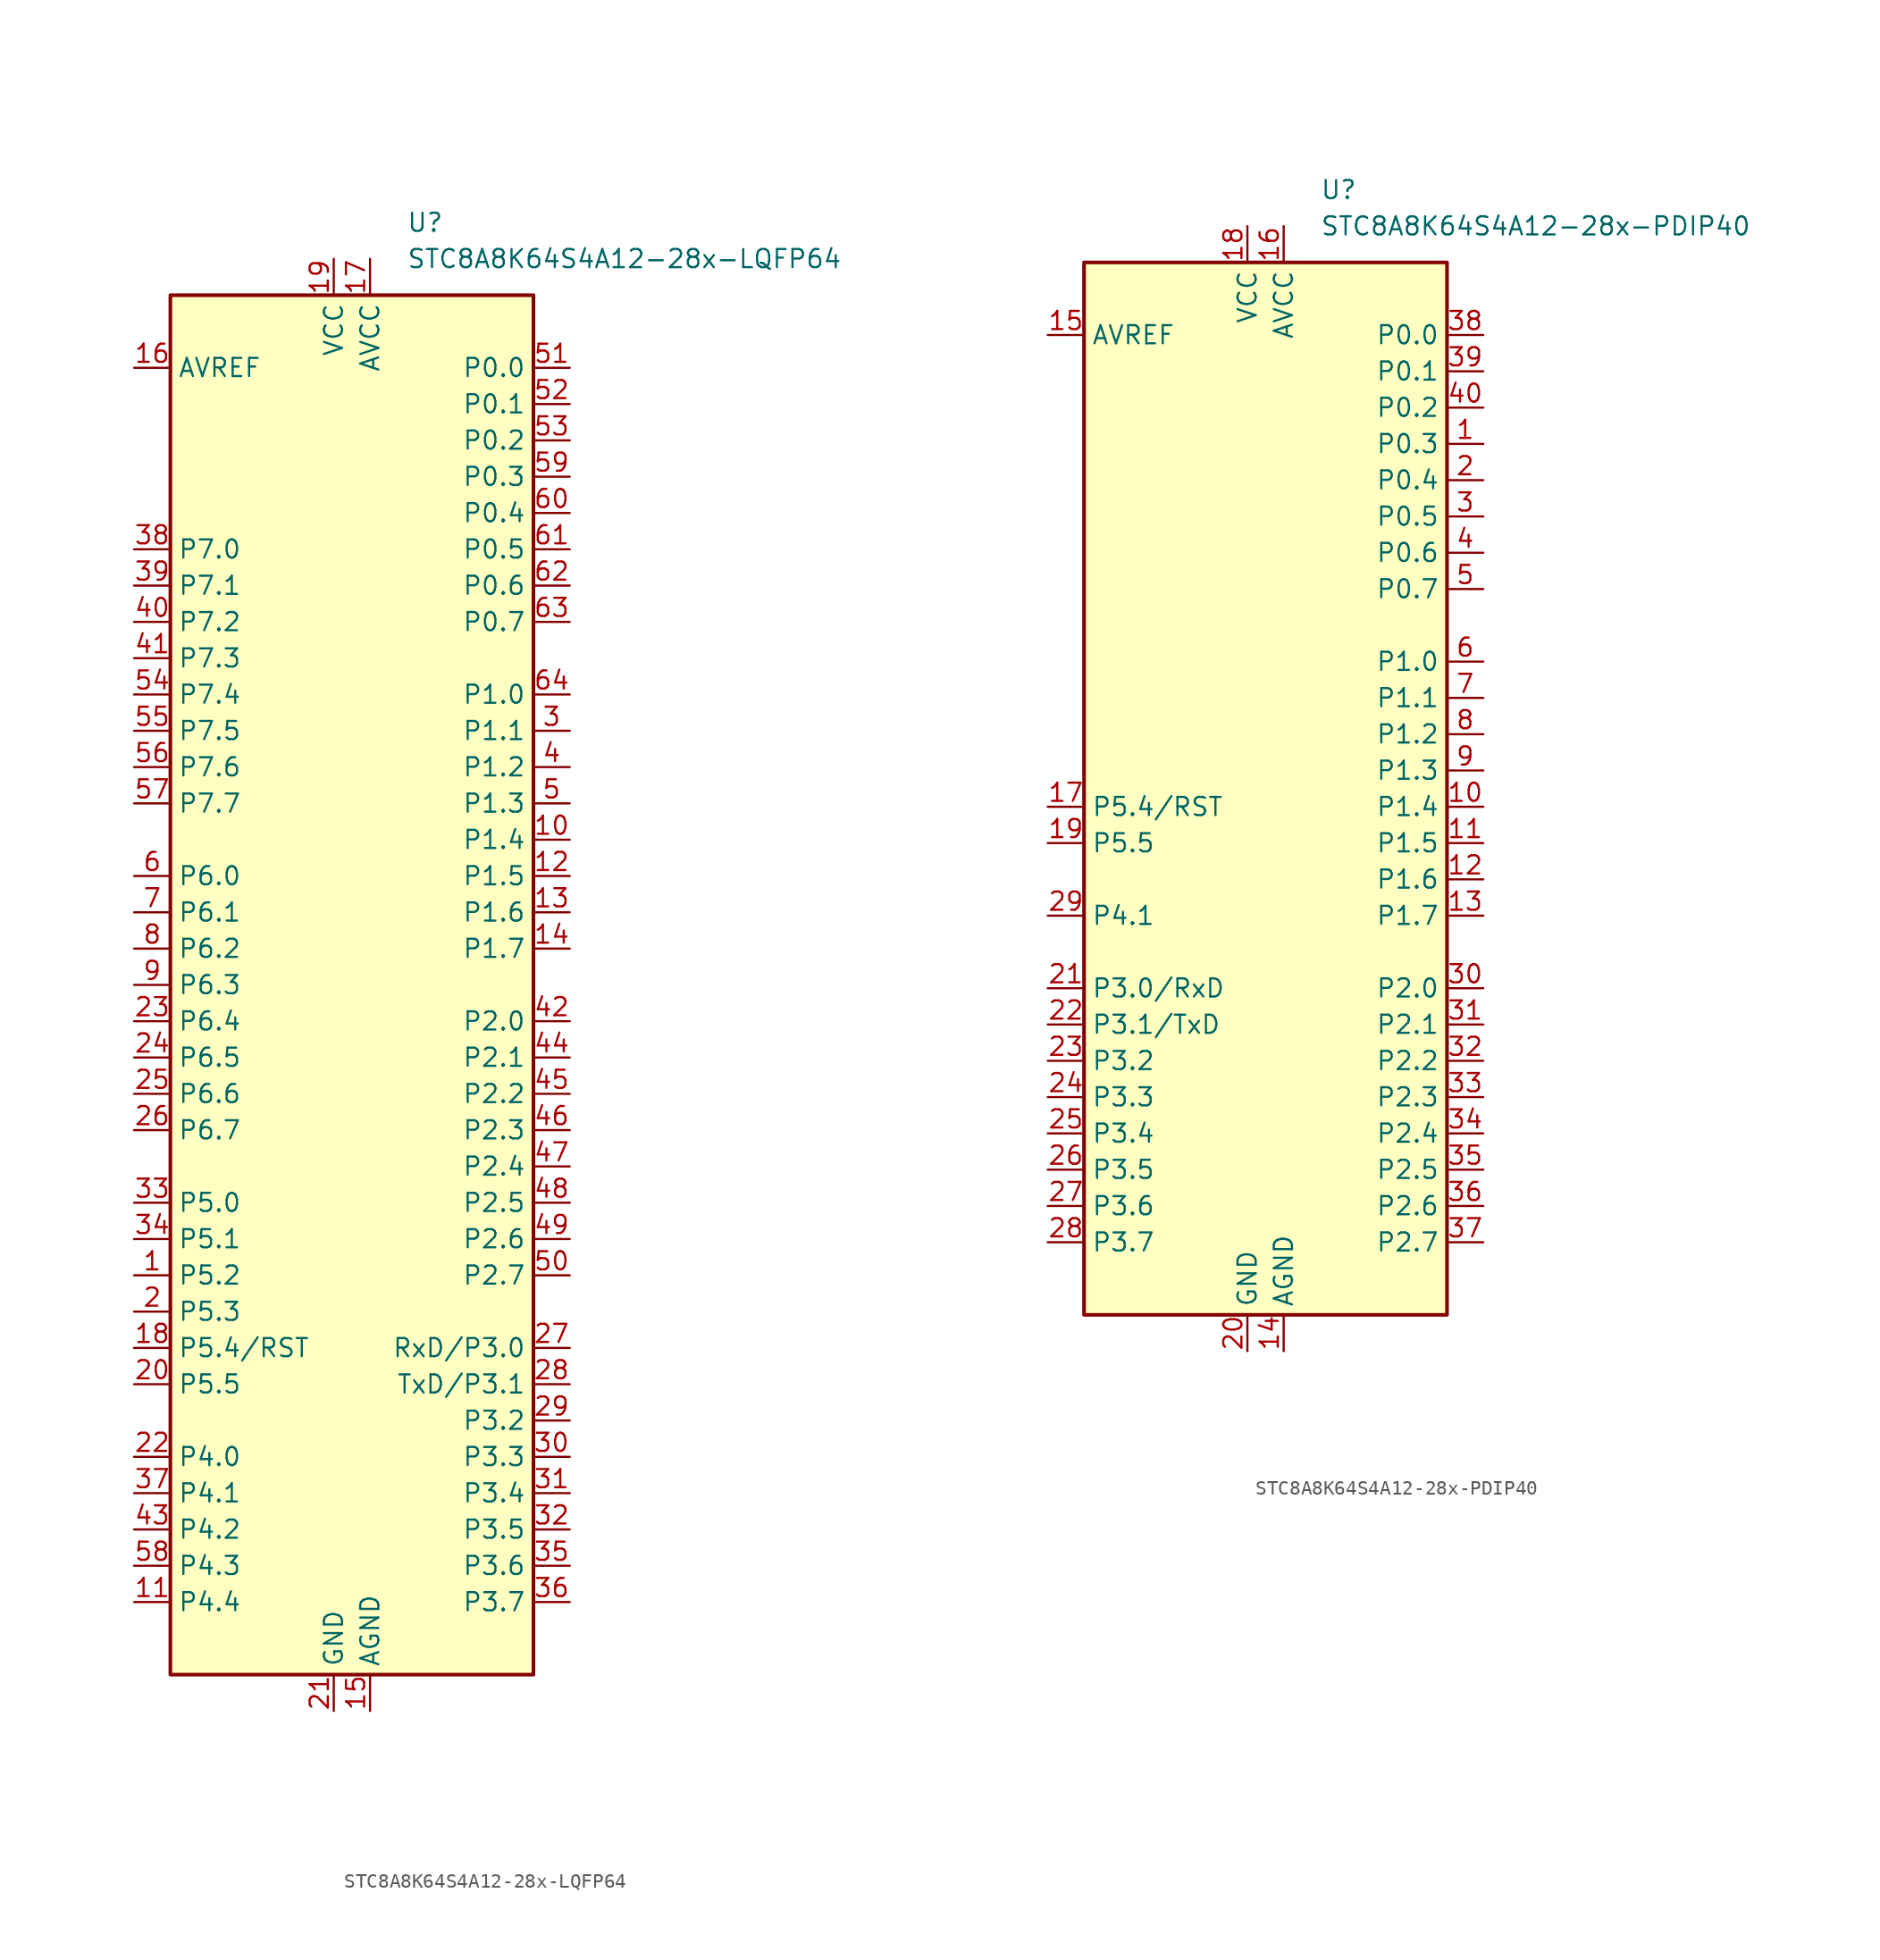
<source format=kicad_sym>
(kicad_symbol_lib
  (version 20211014)
  (generator kicad_symbol_editor)
  (symbol "STC8A8K64S4A12-28x-LQFP64"
    (property "Reference" "U"
      (at 3.81 53.34 0)
      (effects (font (size 1.27 1.27)) (justify left)))
    (property "Value" "STC8A8K64S4A12-28x-LQFP64"
      (at 3.81 50.8 0)
      (effects (font (size 1.27 1.27)) (justify left)))
    (symbol "STC8A8K64S4A12-28x-LQFP64_0_1"
      (rectangle (start -12.7 48.26) (end 12.7 -48.26) (stroke (width 0.254) (type default) (color 0 0 0 0)) (fill (type background))))
    (symbol "STC8A8K64S4A12-28x-LQFP64_1_1"
      (pin bidirectional line (at -15.24 -20.32 0) (length 2.54) (name "P5.2" (effects (font (size 1.27 1.27)))) (number "1" (effects (font (size 1.27 1.27)))))
      (pin bidirectional line (at 15.24 10.16 180) (length 2.54) (name "P1.4" (effects (font (size 1.27 1.27)))) (number "10" (effects (font (size 1.27 1.27)))))
      (pin bidirectional line (at -15.24 -43.18 0) (length 2.54) (name "P4.4" (effects (font (size 1.27 1.27)))) (number "11" (effects (font (size 1.27 1.27)))))
      (pin bidirectional line (at 15.24 7.62 180) (length 2.54) (name "P1.5" (effects (font (size 1.27 1.27)))) (number "12" (effects (font (size 1.27 1.27)))))
      (pin bidirectional line (at 15.24 5.08 180) (length 2.54) (name "P1.6" (effects (font (size 1.27 1.27)))) (number "13" (effects (font (size 1.27 1.27)))))
      (pin bidirectional line (at 15.24 2.54 180) (length 2.54) (name "P1.7" (effects (font (size 1.27 1.27)))) (number "14" (effects (font (size 1.27 1.27)))))
      (pin power_in line (at 1.27 -50.8 90) (length 2.54) (name "AGND" (effects (font (size 1.27 1.27)))) (number "15" (effects (font (size 1.27 1.27)))))
      (pin power_in line (at -15.24 43.18 0) (length 2.54) (name "AVREF" (effects (font (size 1.27 1.27)))) (number "16" (effects (font (size 1.27 1.27)))))
      (pin power_in line (at 1.27 50.8 270) (length 2.54) (name "AVCC" (effects (font (size 1.27 1.27)))) (number "17" (effects (font (size 1.27 1.27)))))
      (pin bidirectional line (at -15.24 -25.4 0) (length 2.54) (name "P5.4/RST" (effects (font (size 1.27 1.27)))) (number "18" (effects (font (size 1.27 1.27)))))
      (pin power_in line (at -1.27 50.8 270) (length 2.54) (name "VCC" (effects (font (size 1.27 1.27)))) (number "19" (effects (font (size 1.27 1.27)))))
      (pin bidirectional line (at -15.24 -22.86 0) (length 2.54) (name "P5.3" (effects (font (size 1.27 1.27)))) (number "2" (effects (font (size 1.27 1.27)))))
      (pin bidirectional line (at -15.24 -27.94 0) (length 2.54) (name "P5.5" (effects (font (size 1.27 1.27)))) (number "20" (effects (font (size 1.27 1.27)))))
      (pin power_in line (at -1.27 -50.8 90) (length 2.54) (name "GND" (effects (font (size 1.27 1.27)))) (number "21" (effects (font (size 1.27 1.27)))))
      (pin bidirectional line (at -15.24 -33.02 0) (length 2.54) (name "P4.0" (effects (font (size 1.27 1.27)))) (number "22" (effects (font (size 1.27 1.27)))))
      (pin bidirectional line (at -15.24 -2.54 0) (length 2.54) (name "P6.4" (effects (font (size 1.27 1.27)))) (number "23" (effects (font (size 1.27 1.27)))))
      (pin bidirectional line (at -15.24 -5.08 0) (length 2.54) (name "P6.5" (effects (font (size 1.27 1.27)))) (number "24" (effects (font (size 1.27 1.27)))))
      (pin bidirectional line (at -15.24 -7.62 0) (length 2.54) (name "P6.6" (effects (font (size 1.27 1.27)))) (number "25" (effects (font (size 1.27 1.27)))))
      (pin bidirectional line (at -15.24 -10.16 0) (length 2.54) (name "P6.7" (effects (font (size 1.27 1.27)))) (number "26" (effects (font (size 1.27 1.27)))))
      (pin bidirectional line (at 15.24 -25.4 180) (length 2.54) (name "RxD/P3.0" (effects (font (size 1.27 1.27)))) (number "27" (effects (font (size 1.27 1.27)))))
      (pin bidirectional line (at 15.24 -27.94 180) (length 2.54) (name "TxD/P3.1" (effects (font (size 1.27 1.27)))) (number "28" (effects (font (size 1.27 1.27)))))
      (pin bidirectional line (at 15.24 -30.48 180) (length 2.54) (name "P3.2" (effects (font (size 1.27 1.27)))) (number "29" (effects (font (size 1.27 1.27)))))
      (pin bidirectional line (at 15.24 17.78 180) (length 2.54) (name "P1.1" (effects (font (size 1.27 1.27)))) (number "3" (effects (font (size 1.27 1.27)))))
      (pin bidirectional line (at 15.24 -33.02 180) (length 2.54) (name "P3.3" (effects (font (size 1.27 1.27)))) (number "30" (effects (font (size 1.27 1.27)))))
      (pin bidirectional line (at 15.24 -35.56 180) (length 2.54) (name "P3.4" (effects (font (size 1.27 1.27)))) (number "31" (effects (font (size 1.27 1.27)))))
      (pin bidirectional line (at 15.24 -38.1 180) (length 2.54) (name "P3.5" (effects (font (size 1.27 1.27)))) (number "32" (effects (font (size 1.27 1.27)))))
      (pin bidirectional line (at -15.24 -15.24 0) (length 2.54) (name "P5.0" (effects (font (size 1.27 1.27)))) (number "33" (effects (font (size 1.27 1.27)))))
      (pin bidirectional line (at -15.24 -17.78 0) (length 2.54) (name "P5.1" (effects (font (size 1.27 1.27)))) (number "34" (effects (font (size 1.27 1.27)))))
      (pin bidirectional line (at 15.24 -40.64 180) (length 2.54) (name "P3.6" (effects (font (size 1.27 1.27)))) (number "35" (effects (font (size 1.27 1.27)))))
      (pin bidirectional line (at 15.24 -43.18 180) (length 2.54) (name "P3.7" (effects (font (size 1.27 1.27)))) (number "36" (effects (font (size 1.27 1.27)))))
      (pin bidirectional line (at -15.24 -35.56 0) (length 2.54) (name "P4.1" (effects (font (size 1.27 1.27)))) (number "37" (effects (font (size 1.27 1.27)))))
      (pin bidirectional line (at -15.24 30.48 0) (length 2.54) (name "P7.0" (effects (font (size 1.27 1.27)))) (number "38" (effects (font (size 1.27 1.27)))))
      (pin bidirectional line (at -15.24 27.94 0) (length 2.54) (name "P7.1" (effects (font (size 1.27 1.27)))) (number "39" (effects (font (size 1.27 1.27)))))
      (pin bidirectional line (at 15.24 15.24 180) (length 2.54) (name "P1.2" (effects (font (size 1.27 1.27)))) (number "4" (effects (font (size 1.27 1.27)))))
      (pin bidirectional line (at -15.24 25.4 0) (length 2.54) (name "P7.2" (effects (font (size 1.27 1.27)))) (number "40" (effects (font (size 1.27 1.27)))))
      (pin bidirectional line (at -15.24 22.86 0) (length 2.54) (name "P7.3" (effects (font (size 1.27 1.27)))) (number "41" (effects (font (size 1.27 1.27)))))
      (pin bidirectional line (at 15.24 -2.54 180) (length 2.54) (name "P2.0" (effects (font (size 1.27 1.27)))) (number "42" (effects (font (size 1.27 1.27)))))
      (pin bidirectional line (at -15.24 -38.1 0) (length 2.54) (name "P4.2" (effects (font (size 1.27 1.27)))) (number "43" (effects (font (size 1.27 1.27)))))
      (pin bidirectional line (at 15.24 -5.08 180) (length 2.54) (name "P2.1" (effects (font (size 1.27 1.27)))) (number "44" (effects (font (size 1.27 1.27)))))
      (pin bidirectional line (at 15.24 -7.62 180) (length 2.54) (name "P2.2" (effects (font (size 1.27 1.27)))) (number "45" (effects (font (size 1.27 1.27)))))
      (pin bidirectional line (at 15.24 -10.16 180) (length 2.54) (name "P2.3" (effects (font (size 1.27 1.27)))) (number "46" (effects (font (size 1.27 1.27)))))
      (pin bidirectional line (at 15.24 -12.7 180) (length 2.54) (name "P2.4" (effects (font (size 1.27 1.27)))) (number "47" (effects (font (size 1.27 1.27)))))
      (pin bidirectional line (at 15.24 -15.24 180) (length 2.54) (name "P2.5" (effects (font (size 1.27 1.27)))) (number "48" (effects (font (size 1.27 1.27)))))
      (pin bidirectional line (at 15.24 -17.78 180) (length 2.54) (name "P2.6" (effects (font (size 1.27 1.27)))) (number "49" (effects (font (size 1.27 1.27)))))
      (pin bidirectional line (at 15.24 12.7 180) (length 2.54) (name "P1.3" (effects (font (size 1.27 1.27)))) (number "5" (effects (font (size 1.27 1.27)))))
      (pin bidirectional line (at 15.24 -20.32 180) (length 2.54) (name "P2.7" (effects (font (size 1.27 1.27)))) (number "50" (effects (font (size 1.27 1.27)))))
      (pin bidirectional line (at 15.24 43.18 180) (length 2.54) (name "P0.0" (effects (font (size 1.27 1.27)))) (number "51" (effects (font (size 1.27 1.27)))))
      (pin bidirectional line (at 15.24 40.64 180) (length 2.54) (name "P0.1" (effects (font (size 1.27 1.27)))) (number "52" (effects (font (size 1.27 1.27)))))
      (pin bidirectional line (at 15.24 38.1 180) (length 2.54) (name "P0.2" (effects (font (size 1.27 1.27)))) (number "53" (effects (font (size 1.27 1.27)))))
      (pin bidirectional line (at -15.24 20.32 0) (length 2.54) (name "P7.4" (effects (font (size 1.27 1.27)))) (number "54" (effects (font (size 1.27 1.27)))))
      (pin bidirectional line (at -15.24 17.78 0) (length 2.54) (name "P7.5" (effects (font (size 1.27 1.27)))) (number "55" (effects (font (size 1.27 1.27)))))
      (pin bidirectional line (at -15.24 15.24 0) (length 2.54) (name "P7.6" (effects (font (size 1.27 1.27)))) (number "56" (effects (font (size 1.27 1.27)))))
      (pin bidirectional line (at -15.24 12.7 0) (length 2.54) (name "P7.7" (effects (font (size 1.27 1.27)))) (number "57" (effects (font (size 1.27 1.27)))))
      (pin bidirectional line (at -15.24 -40.64 0) (length 2.54) (name "P4.3" (effects (font (size 1.27 1.27)))) (number "58" (effects (font (size 1.27 1.27)))))
      (pin bidirectional line (at 15.24 35.56 180) (length 2.54) (name "P0.3" (effects (font (size 1.27 1.27)))) (number "59" (effects (font (size 1.27 1.27)))))
      (pin bidirectional line (at -15.24 7.62 0) (length 2.54) (name "P6.0" (effects (font (size 1.27 1.27)))) (number "6" (effects (font (size 1.27 1.27)))))
      (pin bidirectional line (at 15.24 33.02 180) (length 2.54) (name "P0.4" (effects (font (size 1.27 1.27)))) (number "60" (effects (font (size 1.27 1.27)))))
      (pin bidirectional line (at 15.24 30.48 180) (length 2.54) (name "P0.5" (effects (font (size 1.27 1.27)))) (number "61" (effects (font (size 1.27 1.27)))))
      (pin bidirectional line (at 15.24 27.94 180) (length 2.54) (name "P0.6" (effects (font (size 1.27 1.27)))) (number "62" (effects (font (size 1.27 1.27)))))
      (pin bidirectional line (at 15.24 25.4 180) (length 2.54) (name "P0.7" (effects (font (size 1.27 1.27)))) (number "63" (effects (font (size 1.27 1.27)))))
      (pin bidirectional line (at 15.24 20.32 180) (length 2.54) (name "P1.0" (effects (font (size 1.27 1.27)))) (number "64" (effects (font (size 1.27 1.27)))))
      (pin bidirectional line (at -15.24 5.08 0) (length 2.54) (name "P6.1" (effects (font (size 1.27 1.27)))) (number "7" (effects (font (size 1.27 1.27)))))
      (pin bidirectional line (at -15.24 2.54 0) (length 2.54) (name "P6.2" (effects (font (size 1.27 1.27)))) (number "8" (effects (font (size 1.27 1.27)))))
      (pin bidirectional line (at -15.24 0 0) (length 2.54) (name "P6.3" (effects (font (size 1.27 1.27)))) (number "9" (effects (font (size 1.27 1.27)))))))
  (symbol "STC8A8K64S4A12-28x-PDIP40"
    (property "Reference" "U"
      (at 3.81 41.91 0)
      (effects (font (size 1.27 1.27)) (justify left)))
    (property "Value" "STC8A8K64S4A12-28x-PDIP40"
      (at 3.81 39.37 0)
      (effects (font (size 1.27 1.27)) (justify left)))
    (symbol "STC8A8K64S4A12-28x-PDIP40_0_1"
      (rectangle (start -12.7 36.83) (end 12.7 -36.83) (stroke (width 0.254) (type default) (color 0 0 0 0)) (fill (type background))))
    (symbol "STC8A8K64S4A12-28x-PDIP40_1_1"
      (pin bidirectional line (at 15.24 24.13 180) (length 2.54) (name "P0.3" (effects (font (size 1.27 1.27)))) (number "1" (effects (font (size 1.27 1.27)))))
      (pin bidirectional line (at 15.24 -1.27 180) (length 2.54) (name "P1.4" (effects (font (size 1.27 1.27)))) (number "10" (effects (font (size 1.27 1.27)))))
      (pin bidirectional line (at 15.24 -3.81 180) (length 2.54) (name "P1.5" (effects (font (size 1.27 1.27)))) (number "11" (effects (font (size 1.27 1.27)))))
      (pin bidirectional line (at 15.24 -6.35 180) (length 2.54) (name "P1.6" (effects (font (size 1.27 1.27)))) (number "12" (effects (font (size 1.27 1.27)))))
      (pin bidirectional line (at 15.24 -8.89 180) (length 2.54) (name "P1.7" (effects (font (size 1.27 1.27)))) (number "13" (effects (font (size 1.27 1.27)))))
      (pin power_in line (at 1.27 -39.37 90) (length 2.54) (name "AGND" (effects (font (size 1.27 1.27)))) (number "14" (effects (font (size 1.27 1.27)))))
      (pin power_in line (at -15.24 31.75 0) (length 2.54) (name "AVREF" (effects (font (size 1.27 1.27)))) (number "15" (effects (font (size 1.27 1.27)))))
      (pin power_in line (at 1.27 39.37 270) (length 2.54) (name "AVCC" (effects (font (size 1.27 1.27)))) (number "16" (effects (font (size 1.27 1.27)))))
      (pin bidirectional line (at -15.24 -1.27 0) (length 2.54) (name "P5.4/RST" (effects (font (size 1.27 1.27)))) (number "17" (effects (font (size 1.27 1.27)))))
      (pin power_in line (at -1.27 39.37 270) (length 2.54) (name "VCC" (effects (font (size 1.27 1.27)))) (number "18" (effects (font (size 1.27 1.27)))))
      (pin bidirectional line (at -15.24 -3.81 0) (length 2.54) (name "P5.5" (effects (font (size 1.27 1.27)))) (number "19" (effects (font (size 1.27 1.27)))))
      (pin bidirectional line (at 15.24 21.59 180) (length 2.54) (name "P0.4" (effects (font (size 1.27 1.27)))) (number "2" (effects (font (size 1.27 1.27)))))
      (pin power_in line (at -1.27 -39.37 90) (length 2.54) (name "GND" (effects (font (size 1.27 1.27)))) (number "20" (effects (font (size 1.27 1.27)))))
      (pin bidirectional line (at -15.24 -13.97 0) (length 2.54) (name "P3.0/RxD" (effects (font (size 1.27 1.27)))) (number "21" (effects (font (size 1.27 1.27)))))
      (pin bidirectional line (at -15.24 -16.51 0) (length 2.54) (name "P3.1/TxD" (effects (font (size 1.27 1.27)))) (number "22" (effects (font (size 1.27 1.27)))))
      (pin bidirectional line (at -15.24 -19.05 0) (length 2.54) (name "P3.2" (effects (font (size 1.27 1.27)))) (number "23" (effects (font (size 1.27 1.27)))))
      (pin bidirectional line (at -15.24 -21.59 0) (length 2.54) (name "P3.3" (effects (font (size 1.27 1.27)))) (number "24" (effects (font (size 1.27 1.27)))))
      (pin bidirectional line (at -15.24 -24.13 0) (length 2.54) (name "P3.4" (effects (font (size 1.27 1.27)))) (number "25" (effects (font (size 1.27 1.27)))))
      (pin bidirectional line (at -15.24 -26.67 0) (length 2.54) (name "P3.5" (effects (font (size 1.27 1.27)))) (number "26" (effects (font (size 1.27 1.27)))))
      (pin bidirectional line (at -15.24 -29.21 0) (length 2.54) (name "P3.6" (effects (font (size 1.27 1.27)))) (number "27" (effects (font (size 1.27 1.27)))))
      (pin bidirectional line (at -15.24 -31.75 0) (length 2.54) (name "P3.7" (effects (font (size 1.27 1.27)))) (number "28" (effects (font (size 1.27 1.27)))))
      (pin bidirectional line (at -15.24 -8.89 0) (length 2.54) (name "P4.1" (effects (font (size 1.27 1.27)))) (number "29" (effects (font (size 1.27 1.27)))))
      (pin bidirectional line (at 15.24 19.05 180) (length 2.54) (name "P0.5" (effects (font (size 1.27 1.27)))) (number "3" (effects (font (size 1.27 1.27)))))
      (pin bidirectional line (at 15.24 -13.97 180) (length 2.54) (name "P2.0" (effects (font (size 1.27 1.27)))) (number "30" (effects (font (size 1.27 1.27)))))
      (pin bidirectional line (at 15.24 -16.51 180) (length 2.54) (name "P2.1" (effects (font (size 1.27 1.27)))) (number "31" (effects (font (size 1.27 1.27)))))
      (pin bidirectional line (at 15.24 -19.05 180) (length 2.54) (name "P2.2" (effects (font (size 1.27 1.27)))) (number "32" (effects (font (size 1.27 1.27)))))
      (pin bidirectional line (at 15.24 -21.59 180) (length 2.54) (name "P2.3" (effects (font (size 1.27 1.27)))) (number "33" (effects (font (size 1.27 1.27)))))
      (pin bidirectional line (at 15.24 -24.13 180) (length 2.54) (name "P2.4" (effects (font (size 1.27 1.27)))) (number "34" (effects (font (size 1.27 1.27)))))
      (pin bidirectional line (at 15.24 -26.67 180) (length 2.54) (name "P2.5" (effects (font (size 1.27 1.27)))) (number "35" (effects (font (size 1.27 1.27)))))
      (pin bidirectional line (at 15.24 -29.21 180) (length 2.54) (name "P2.6" (effects (font (size 1.27 1.27)))) (number "36" (effects (font (size 1.27 1.27)))))
      (pin bidirectional line (at 15.24 -31.75 180) (length 2.54) (name "P2.7" (effects (font (size 1.27 1.27)))) (number "37" (effects (font (size 1.27 1.27)))))
      (pin bidirectional line (at 15.24 31.75 180) (length 2.54) (name "P0.0" (effects (font (size 1.27 1.27)))) (number "38" (effects (font (size 1.27 1.27)))))
      (pin bidirectional line (at 15.24 29.21 180) (length 2.54) (name "P0.1" (effects (font (size 1.27 1.27)))) (number "39" (effects (font (size 1.27 1.27)))))
      (pin bidirectional line (at 15.24 16.51 180) (length 2.54) (name "P0.6" (effects (font (size 1.27 1.27)))) (number "4" (effects (font (size 1.27 1.27)))))
      (pin bidirectional line (at 15.24 26.67 180) (length 2.54) (name "P0.2" (effects (font (size 1.27 1.27)))) (number "40" (effects (font (size 1.27 1.27)))))
      (pin bidirectional line (at 15.24 13.97 180) (length 2.54) (name "P0.7" (effects (font (size 1.27 1.27)))) (number "5" (effects (font (size 1.27 1.27)))))
      (pin bidirectional line (at 15.24 8.89 180) (length 2.54) (name "P1.0" (effects (font (size 1.27 1.27)))) (number "6" (effects (font (size 1.27 1.27)))))
      (pin bidirectional line (at 15.24 6.35 180) (length 2.54) (name "P1.1" (effects (font (size 1.27 1.27)))) (number "7" (effects (font (size 1.27 1.27)))))
      (pin bidirectional line (at 15.24 3.81 180) (length 2.54) (name "P1.2" (effects (font (size 1.27 1.27)))) (number "8" (effects (font (size 1.27 1.27)))))
      (pin bidirectional line (at 15.24 1.27 180) (length 2.54) (name "P1.3" (effects (font (size 1.27 1.27)))) (number "9" (effects (font (size 1.27 1.27))))))))
</source>
